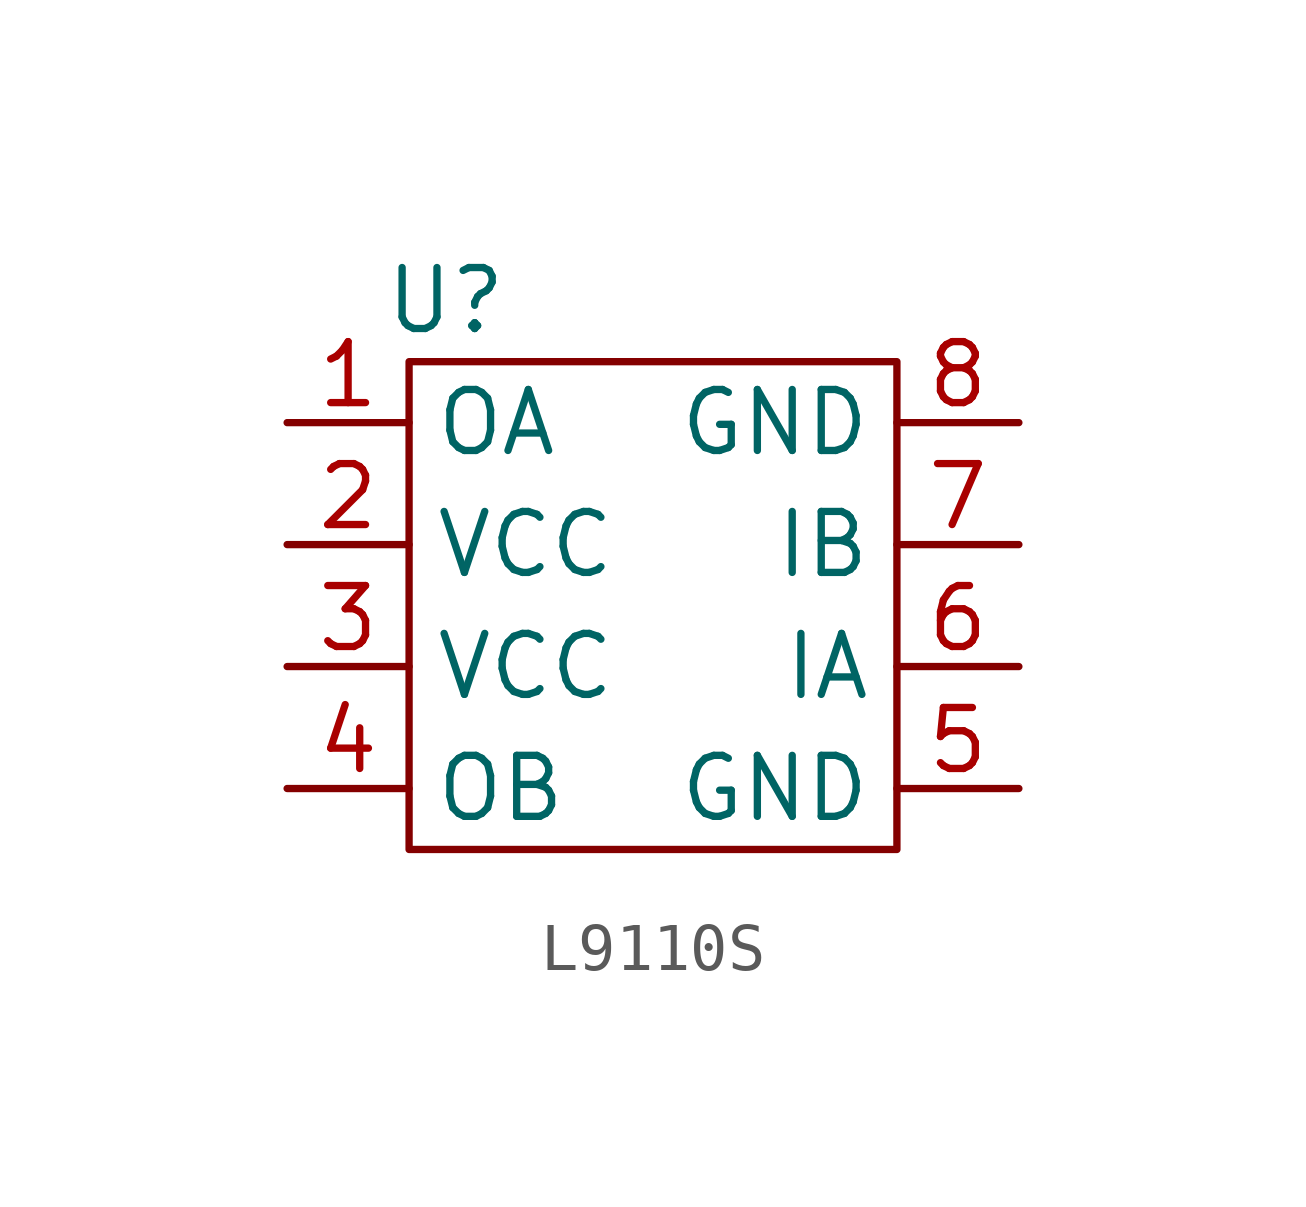
<source format=kicad_sym>
(kicad_symbol_lib
  (version 20231120)
  (generator "kicad_symbol_editor")
  (generator_version "8.0")
  (symbol "L9110S"
    (property "Reference" "U"
      (at -4.318 6.35 0)
      (effects (font (size 1.27 1.27))))
    (property "Value" ""
      (at 0 0 0)
      (effects (font (size 1.27 1.27))))
    (symbol "L9110S_0_1"
      (rectangle (start -5.08 5.08) (end 5.08 -5.08) (stroke (width 0) (type default)) (fill (type none))))
    (symbol "L9110S_1_1"
      (pin output line (at -7.62 3.81 0) (length 2.54) (name "OA" (effects (font (size 1.27 1.27)))) (number "1" (effects (font (size 1.27 1.27)))))
      (pin power_in line (at -7.62 1.27 0) (length 2.54) (name "VCC" (effects (font (size 1.27 1.27)))) (number "2" (effects (font (size 1.27 1.27)))))
      (pin power_in line (at -7.62 -1.27 0) (length 2.54) (name "VCC" (effects (font (size 1.27 1.27)))) (number "3" (effects (font (size 1.27 1.27)))))
      (pin output line (at -7.62 -3.81 0) (length 2.54) (name "OB" (effects (font (size 1.27 1.27)))) (number "4" (effects (font (size 1.27 1.27)))))
      (pin power_in line (at 7.62 -3.81 180) (length 2.54) (name "GND" (effects (font (size 1.27 1.27)))) (number "5" (effects (font (size 1.27 1.27)))))
      (pin input line (at 7.62 -1.27 180) (length 2.54) (name "IA" (effects (font (size 1.27 1.27)))) (number "6" (effects (font (size 1.27 1.27)))))
      (pin input line (at 7.62 1.27 180) (length 2.54) (name "IB" (effects (font (size 1.27 1.27)))) (number "7" (effects (font (size 1.27 1.27)))))
      (pin power_in line (at 7.62 3.81 180) (length 2.54) (name "GND" (effects (font (size 1.27 1.27)))) (number "8" (effects (font (size 1.27 1.27))))))))
</source>
